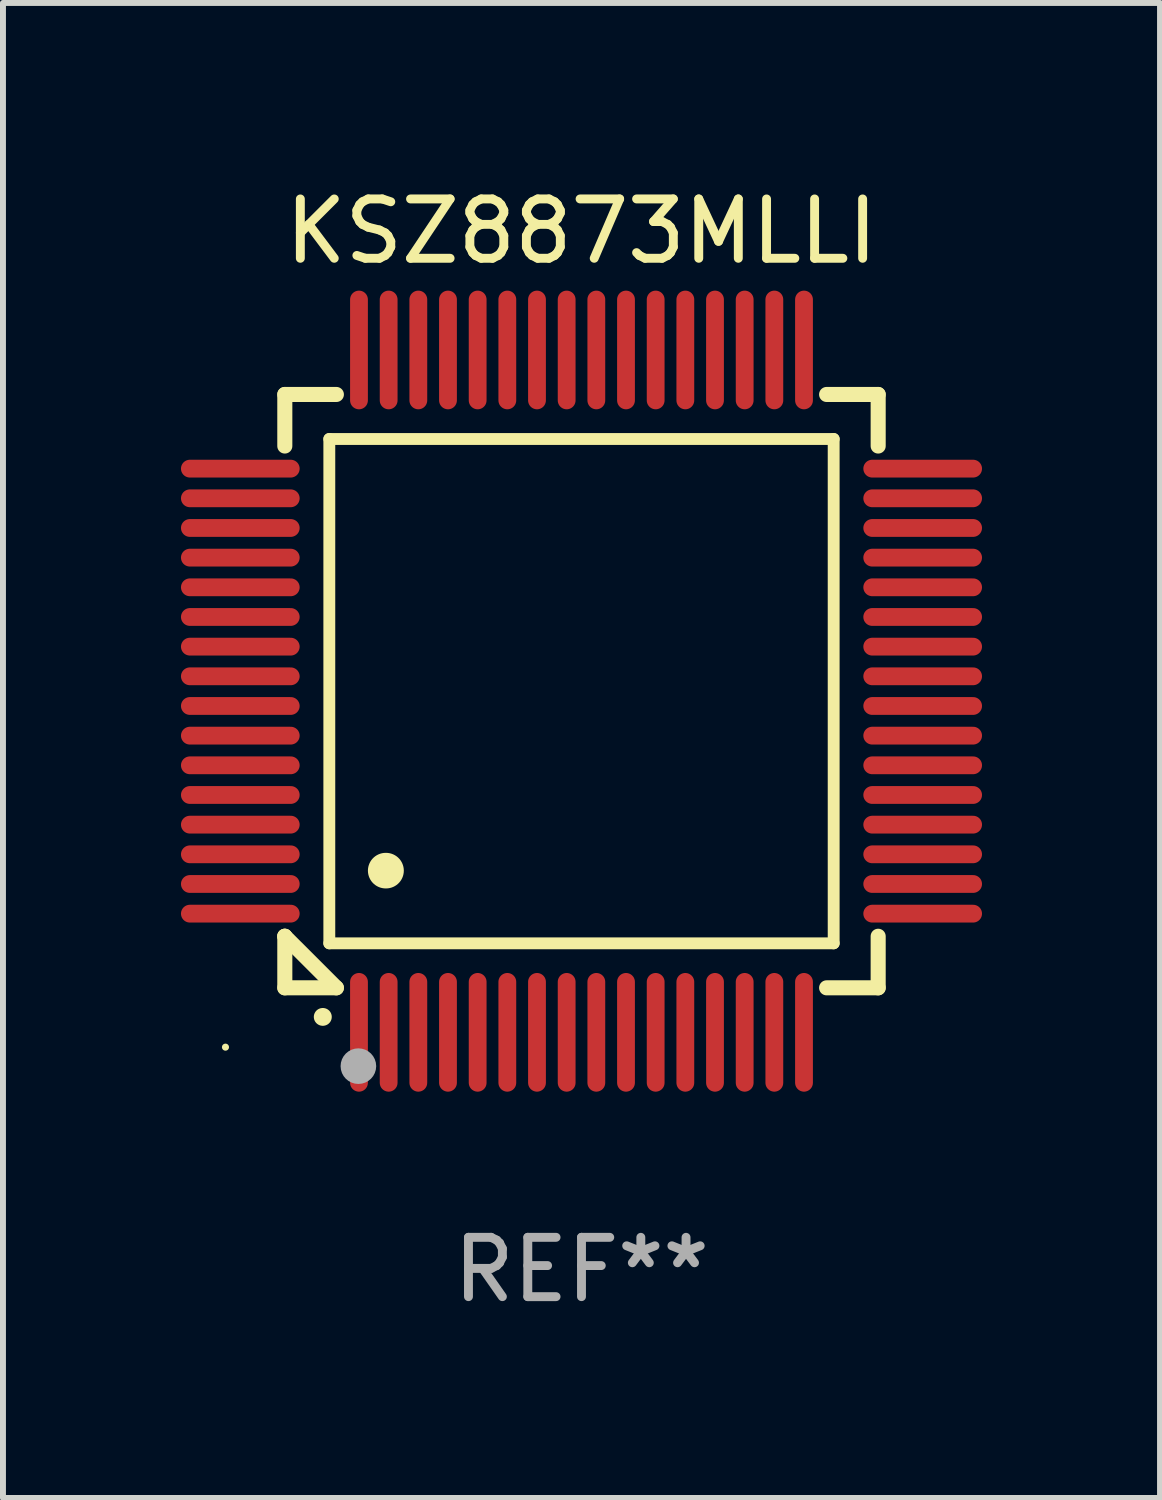
<source format=kicad_pcb>
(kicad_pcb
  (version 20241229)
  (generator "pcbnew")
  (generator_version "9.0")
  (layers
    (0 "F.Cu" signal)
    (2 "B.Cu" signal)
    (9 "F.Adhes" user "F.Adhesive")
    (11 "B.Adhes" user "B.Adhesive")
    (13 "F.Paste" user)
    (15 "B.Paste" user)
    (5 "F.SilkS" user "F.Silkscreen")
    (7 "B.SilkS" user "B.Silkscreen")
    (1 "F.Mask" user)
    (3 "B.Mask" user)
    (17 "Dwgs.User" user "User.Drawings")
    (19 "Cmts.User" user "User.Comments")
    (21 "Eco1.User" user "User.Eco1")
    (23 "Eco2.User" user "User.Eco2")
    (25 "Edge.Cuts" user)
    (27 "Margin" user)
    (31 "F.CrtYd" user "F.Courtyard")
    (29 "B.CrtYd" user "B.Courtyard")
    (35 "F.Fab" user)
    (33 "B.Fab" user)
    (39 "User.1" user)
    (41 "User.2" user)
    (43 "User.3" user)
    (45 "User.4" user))
  (footprint "KSZ8873MLLI"
    (layer "F.Cu")
    (at 6.75 8.598)
    (property "Reference" "KSZ8873MLLI" (at 0 -7.75 0) (layer "F.SilkS") (effects (font (size 1 1) (thickness 0.15))))
    (attr through_hole)
    (fp_line (start -5 -5) (end -4.131 -5) (stroke (width 0.254) (type solid)) (layer "F.SilkS"))
    (fp_line (start -5 -4.131) (end -5 -5) (stroke (width 0.254) (type solid)) (layer "F.SilkS"))
    (fp_line (start -5 4.131) (end -5 4.131) (stroke (width 0.254) (type solid)) (layer "F.SilkS"))
    (fp_line (start -5 5) (end -5 4.131) (stroke (width 0.254) (type solid)) (layer "F.SilkS"))
    (fp_line (start -5 4.131) (end -4.131 5) (stroke (width 0.254) (type solid)) (layer "F.SilkS"))
    (fp_line (start -4.25 -4.25) (end -4.25 4.25) (stroke (width 0.2) (type solid)) (layer "F.SilkS"))
    (fp_line (start -4.25 4.25) (end 4.25 4.25) (stroke (width 0.2) (type solid)) (layer "F.SilkS"))
    (fp_line (start -4.131 5) (end -5 5) (stroke (width 0.254) (type solid)) (layer "F.SilkS"))
    (fp_line (start 4.25 -4.25) (end -4.25 -4.25) (stroke (width 0.2) (type solid)) (layer "F.SilkS"))
    (fp_line (start 4.25 4.25) (end 4.25 -4.25) (stroke (width 0.2) (type solid)) (layer "F.SilkS"))
    (fp_line (start 5 -5) (end 4.131 -5) (stroke (width 0.254) (type solid)) (layer "F.SilkS"))
    (fp_line (start 5 -5) (end 5 -4.131) (stroke (width 0.254) (type solid)) (layer "F.SilkS"))
    (fp_line (start 5 4.131) (end 5 5) (stroke (width 0.254) (type solid)) (layer "F.SilkS"))
    (fp_line (start 5 5) (end 4.131 5) (stroke (width 0.254) (type solid)) (layer "F.SilkS"))
    (fp_arc (start -4.361265 5.489992) (mid -4.359995 5.489987) (end -4.358725 5.489992) (stroke (width 0.3) (type solid)) (layer "F.SilkS"))
    (fp_arc (start -3.299467 3.025146) (mid -3.296927 3.025135) (end -3.294387 3.025146) (stroke (width 0.6) (type solid)) (layer "F.SilkS"))
    (fp_circle (center -6 6) (end -5.97 6) (stroke (width 0.06) (type solid)) (fill no) (layer "F.SilkS"))
    (fp_circle (center -3.76 6.32) (end -3.61 6.32) (stroke (width 0.3) (type solid)) (fill no) (layer "F.Fab"))
    (fp_text user "REF**" (at 0 9.75 0) (layer "F.Fab") (effects (font (size 1 1) (thickness 0.15))))
    (pad "1" smd oval (at -3.75 5.75) (size 0.3 2) (layers "F.Cu" "F.Mask" "F.Paste"))
    (pad "2" smd oval (at -3.25 5.75) (size 0.3 2) (layers "F.Cu" "F.Mask" "F.Paste"))
    (pad "3" smd oval (at -2.75 5.75) (size 0.3 2) (layers "F.Cu" "F.Mask" "F.Paste"))
    (pad "4" smd oval (at -2.25 5.75) (size 0.3 2) (layers "F.Cu" "F.Mask" "F.Paste"))
    (pad "5" smd oval (at -1.75 5.75) (size 0.3 2) (layers "F.Cu" "F.Mask" "F.Paste"))
    (pad "6" smd oval (at -1.25 5.75) (size 0.3 2) (layers "F.Cu" "F.Mask" "F.Paste"))
    (pad "7" smd oval (at -0.75 5.75) (size 0.3 2) (layers "F.Cu" "F.Mask" "F.Paste"))
    (pad "8" smd oval (at -0.25 5.75) (size 0.3 2) (layers "F.Cu" "F.Mask" "F.Paste"))
    (pad "9" smd oval (at 0.25 5.75) (size 0.3 2) (layers "F.Cu" "F.Mask" "F.Paste"))
    (pad "10" smd oval (at 0.75 5.75) (size 0.3 2) (layers "F.Cu" "F.Mask" "F.Paste"))
    (pad "11" smd oval (at 1.25 5.75) (size 0.3 2) (layers "F.Cu" "F.Mask" "F.Paste"))
    (pad "12" smd oval (at 1.75 5.75) (size 0.3 2) (layers "F.Cu" "F.Mask" "F.Paste"))
    (pad "13" smd oval (at 2.25 5.75) (size 0.3 2) (layers "F.Cu" "F.Mask" "F.Paste"))
    (pad "14" smd oval (at 2.75 5.75) (size 0.3 2) (layers "F.Cu" "F.Mask" "F.Paste"))
    (pad "15" smd oval (at 3.25 5.75) (size 0.3 2) (layers "F.Cu" "F.Mask" "F.Paste"))
    (pad "16" smd oval (at 3.75 5.75) (size 0.3 2) (layers "F.Cu" "F.Mask" "F.Paste"))
    (pad "17" smd oval (at 5.75 3.75) (size 2 0.3) (layers "F.Cu" "F.Mask" "F.Paste"))
    (pad "18" smd oval (at 5.75 3.25) (size 2 0.3) (layers "F.Cu" "F.Mask" "F.Paste"))
    (pad "19" smd oval (at 5.75 2.75) (size 2 0.3) (layers "F.Cu" "F.Mask" "F.Paste"))
    (pad "20" smd oval (at 5.75 2.25) (size 2 0.3) (layers "F.Cu" "F.Mask" "F.Paste"))
    (pad "21" smd oval (at 5.75 1.75) (size 2 0.3) (layers "F.Cu" "F.Mask" "F.Paste"))
    (pad "22" smd oval (at 5.75 1.25) (size 2 0.3) (layers "F.Cu" "F.Mask" "F.Paste"))
    (pad "23" smd oval (at 5.75 0.75) (size 2 0.3) (layers "F.Cu" "F.Mask" "F.Paste"))
    (pad "24" smd oval (at 5.75 0.25) (size 2 0.3) (layers "F.Cu" "F.Mask" "F.Paste"))
    (pad "25" smd oval (at 5.75 -0.25) (size 2 0.3) (layers "F.Cu" "F.Mask" "F.Paste"))
    (pad "26" smd oval (at 5.75 -0.75) (size 2 0.3) (layers "F.Cu" "F.Mask" "F.Paste"))
    (pad "27" smd oval (at 5.75 -1.25) (size 2 0.3) (layers "F.Cu" "F.Mask" "F.Paste"))
    (pad "28" smd oval (at 5.75 -1.75) (size 2 0.3) (layers "F.Cu" "F.Mask" "F.Paste"))
    (pad "29" smd oval (at 5.75 -2.25) (size 2 0.3) (layers "F.Cu" "F.Mask" "F.Paste"))
    (pad "30" smd oval (at 5.75 -2.75) (size 2 0.3) (layers "F.Cu" "F.Mask" "F.Paste"))
    (pad "31" smd oval (at 5.75 -3.25) (size 2 0.3) (layers "F.Cu" "F.Mask" "F.Paste"))
    (pad "32" smd oval (at 5.75 -3.75) (size 2 0.3) (layers "F.Cu" "F.Mask" "F.Paste"))
    (pad "33" smd oval (at 3.75 -5.75) (size 0.3 2) (layers "F.Cu" "F.Mask" "F.Paste"))
    (pad "34" smd oval (at 3.25 -5.75) (size 0.3 2) (layers "F.Cu" "F.Mask" "F.Paste"))
    (pad "35" smd oval (at 2.75 -5.75) (size 0.3 2) (layers "F.Cu" "F.Mask" "F.Paste"))
    (pad "36" smd oval (at 2.25 -5.75) (size 0.3 2) (layers "F.Cu" "F.Mask" "F.Paste"))
    (pad "37" smd oval (at 1.75 -5.75) (size 0.3 2) (layers "F.Cu" "F.Mask" "F.Paste"))
    (pad "38" smd oval (at 1.25 -5.75) (size 0.3 2) (layers "F.Cu" "F.Mask" "F.Paste"))
    (pad "39" smd oval (at 0.75 -5.75) (size 0.3 2) (layers "F.Cu" "F.Mask" "F.Paste"))
    (pad "40" smd oval (at 0.25 -5.75) (size 0.3 2) (layers "F.Cu" "F.Mask" "F.Paste"))
    (pad "41" smd oval (at -0.25 -5.75) (size 0.3 2) (layers "F.Cu" "F.Mask" "F.Paste"))
    (pad "42" smd oval (at -0.75 -5.75) (size 0.3 2) (layers "F.Cu" "F.Mask" "F.Paste"))
    (pad "43" smd oval (at -1.25 -5.75) (size 0.3 2) (layers "F.Cu" "F.Mask" "F.Paste"))
    (pad "44" smd oval (at -1.75 -5.75) (size 0.3 2) (layers "F.Cu" "F.Mask" "F.Paste"))
    (pad "45" smd oval (at -2.25 -5.75) (size 0.3 2) (layers "F.Cu" "F.Mask" "F.Paste"))
    (pad "46" smd oval (at -2.75 -5.75) (size 0.3 2) (layers "F.Cu" "F.Mask" "F.Paste"))
    (pad "47" smd oval (at -3.25 -5.75) (size 0.3 2) (layers "F.Cu" "F.Mask" "F.Paste"))
    (pad "48" smd oval (at -3.75 -5.75) (size 0.3 2) (layers "F.Cu" "F.Mask" "F.Paste"))
    (pad "49" smd oval (at -5.75 -3.75) (size 2 0.3) (layers "F.Cu" "F.Mask" "F.Paste"))
    (pad "50" smd oval (at -5.75 -3.25) (size 2 0.3) (layers "F.Cu" "F.Mask" "F.Paste"))
    (pad "51" smd oval (at -5.75 -2.75) (size 2 0.3) (layers "F.Cu" "F.Mask" "F.Paste"))
    (pad "52" smd oval (at -5.75 -2.25) (size 2 0.3) (layers "F.Cu" "F.Mask" "F.Paste"))
    (pad "53" smd oval (at -5.75 -1.75) (size 2 0.3) (layers "F.Cu" "F.Mask" "F.Paste"))
    (pad "54" smd oval (at -5.75 -1.25) (size 2 0.3) (layers "F.Cu" "F.Mask" "F.Paste"))
    (pad "55" smd oval (at -5.75 -0.75) (size 2 0.3) (layers "F.Cu" "F.Mask" "F.Paste"))
    (pad "56" smd oval (at -5.75 -0.25) (size 2 0.3) (layers "F.Cu" "F.Mask" "F.Paste"))
    (pad "57" smd oval (at -5.75 0.25) (size 2 0.3) (layers "F.Cu" "F.Mask" "F.Paste"))
    (pad "58" smd oval (at -5.75 0.75) (size 2 0.3) (layers "F.Cu" "F.Mask" "F.Paste"))
    (pad "59" smd oval (at -5.75 1.25) (size 2 0.3) (layers "F.Cu" "F.Mask" "F.Paste"))
    (pad "60" smd oval (at -5.75 1.75) (size 2 0.3) (layers "F.Cu" "F.Mask" "F.Paste"))
    (pad "61" smd oval (at -5.75 2.25) (size 2 0.3) (layers "F.Cu" "F.Mask" "F.Paste"))
    (pad "62" smd oval (at -5.75 2.75) (size 2 0.3) (layers "F.Cu" "F.Mask" "F.Paste"))
    (pad "63" smd oval (at -5.75 3.25) (size 2 0.3) (layers "F.Cu" "F.Mask" "F.Paste"))
    (pad "64" smd oval (at -5.75 3.75) (size 2 0.3) (layers "F.Cu" "F.Mask" "F.Paste")))
  (gr_rect
    (start -3 -3)
    (end 16.5 22.196)
    (stroke (width 0.1) (type default))
    (fill no)
    (layer "Edge.Cuts")))
</source>
